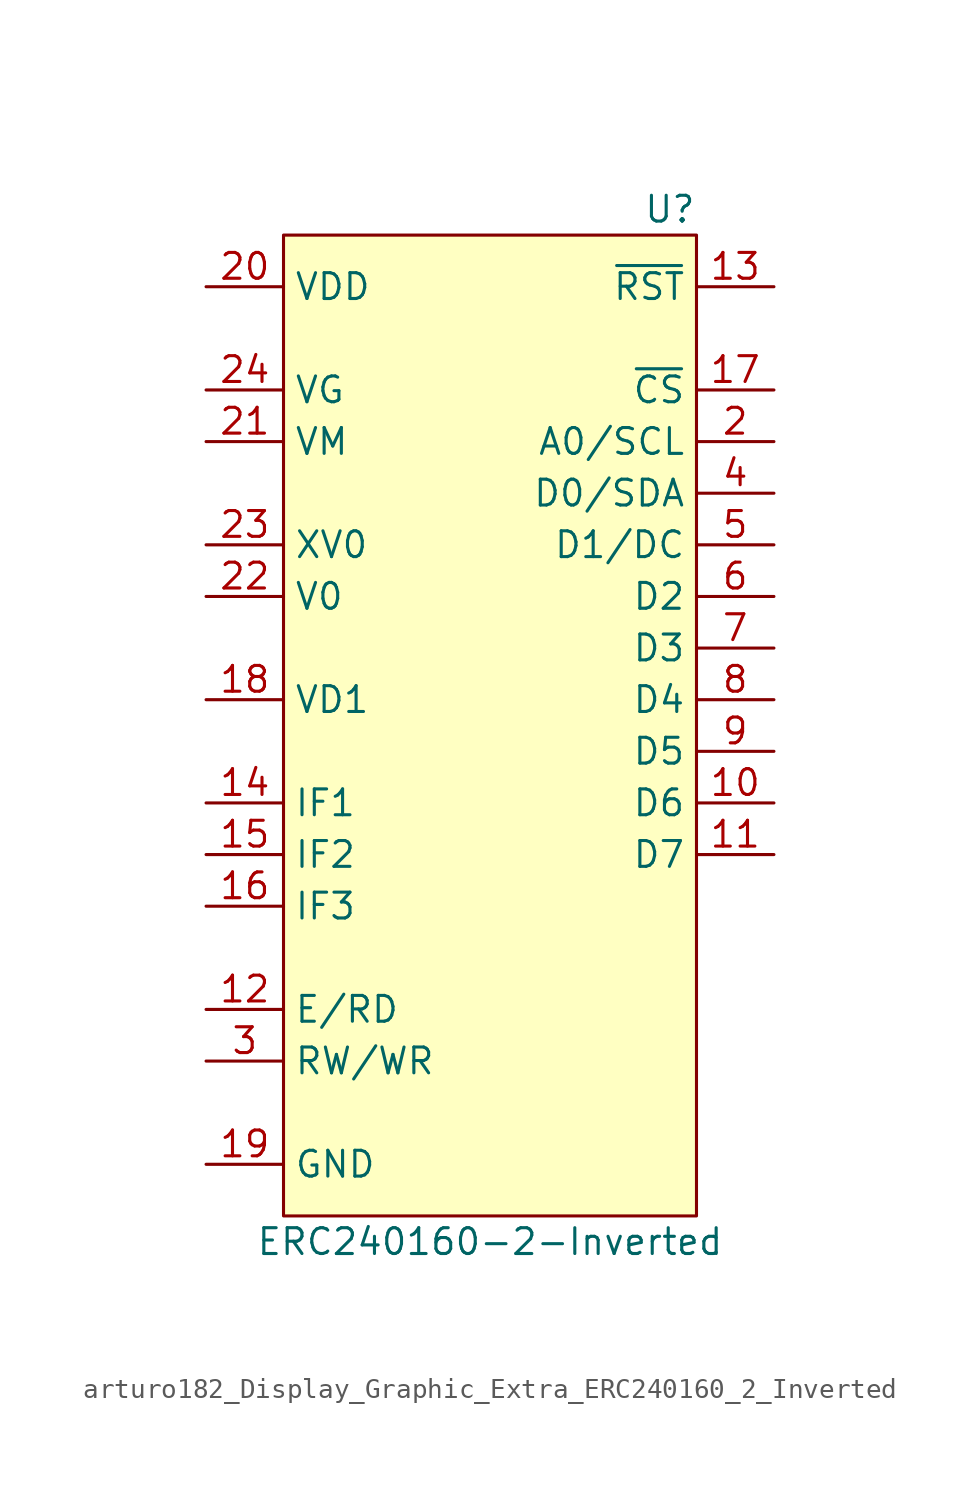
<source format=kicad_sym>
(kicad_symbol_lib
  (version 20220914)
  (generator kicad_symbol_editor)
  (symbol "arturo182_Display_Graphic_Extra_ERC240160_2_Inverted"
    (property "Reference" "U"
      (at 10.16 25.4 0)
      (effects (font (size 1.27 1.27)) (justify right)))
    (property "Value" "ERC240160-2-Inverted"
      (at 0 -25.4 0)
      (effects (font (size 1.27 1.27))))
    (symbol "arturo182_Display_Graphic_Extra_ERC240160_2_Inverted_0_1"
      (rectangle (start -10.16 24.13) (end 10.16 -24.13) (stroke (width 0) (type default)) (fill (type background))))
    (symbol "arturo182_Display_Graphic_Extra_ERC240160_2_Inverted_1_1"
      (pin passive line (at -13.97 -21.59 0) (length 3.81) hide (name "ESD" (effects (font (size 1.27 1.27)))) (number "1" (effects (font (size 1.27 1.27)))))
      (pin input line (at 13.97 -3.81 180) (length 3.81) (name "D6" (effects (font (size 1.27 1.27)))) (number "10" (effects (font (size 1.27 1.27)))))
      (pin input line (at 13.97 -6.35 180) (length 3.81) (name "D7" (effects (font (size 1.27 1.27)))) (number "11" (effects (font (size 1.27 1.27)))))
      (pin input line (at -13.97 -13.97 0) (length 3.81) (name "E/RD" (effects (font (size 1.27 1.27)))) (number "12" (effects (font (size 1.27 1.27)))))
      (pin input line (at 13.97 21.59 180) (length 3.81) (name "~{RST}" (effects (font (size 1.27 1.27)))) (number "13" (effects (font (size 1.27 1.27)))))
      (pin input line (at -13.97 -3.81 0) (length 3.81) (name "IF1" (effects (font (size 1.27 1.27)))) (number "14" (effects (font (size 1.27 1.27)))))
      (pin input line (at -13.97 -6.35 0) (length 3.81) (name "IF2" (effects (font (size 1.27 1.27)))) (number "15" (effects (font (size 1.27 1.27)))))
      (pin input line (at -13.97 -8.89 0) (length 3.81) (name "IF3" (effects (font (size 1.27 1.27)))) (number "16" (effects (font (size 1.27 1.27)))))
      (pin input line (at 13.97 16.51 180) (length 3.81) (name "~{CS}" (effects (font (size 1.27 1.27)))) (number "17" (effects (font (size 1.27 1.27)))))
      (pin input line (at -13.97 1.27 0) (length 3.81) (name "VD1" (effects (font (size 1.27 1.27)))) (number "18" (effects (font (size 1.27 1.27)))))
      (pin input line (at -13.97 -21.59 0) (length 3.81) (name "GND" (effects (font (size 1.27 1.27)))) (number "19" (effects (font (size 1.27 1.27)))))
      (pin input line (at 13.97 13.97 180) (length 3.81) (name "A0/SCL" (effects (font (size 1.27 1.27)))) (number "2" (effects (font (size 1.27 1.27)))))
      (pin input line (at -13.97 21.59 0) (length 3.81) (name "VDD" (effects (font (size 1.27 1.27)))) (number "20" (effects (font (size 1.27 1.27)))))
      (pin input line (at -13.97 13.97 0) (length 3.81) (name "VM" (effects (font (size 1.27 1.27)))) (number "21" (effects (font (size 1.27 1.27)))))
      (pin input line (at -13.97 6.35 0) (length 3.81) (name "V0" (effects (font (size 1.27 1.27)))) (number "22" (effects (font (size 1.27 1.27)))))
      (pin input line (at -13.97 8.89 0) (length 3.81) (name "XV0" (effects (font (size 1.27 1.27)))) (number "23" (effects (font (size 1.27 1.27)))))
      (pin input line (at -13.97 16.51 0) (length 3.81) (name "VG" (effects (font (size 1.27 1.27)))) (number "24" (effects (font (size 1.27 1.27)))))
      (pin passive line (at -13.97 -21.59 0) (length 3.81) hide (name "ESD" (effects (font (size 1.27 1.27)))) (number "25" (effects (font (size 1.27 1.27)))))
      (pin input line (at -13.97 -16.51 0) (length 3.81) (name "RW/WR" (effects (font (size 1.27 1.27)))) (number "3" (effects (font (size 1.27 1.27)))))
      (pin input line (at 13.97 11.43 180) (length 3.81) (name "D0/SDA" (effects (font (size 1.27 1.27)))) (number "4" (effects (font (size 1.27 1.27)))))
      (pin input line (at 13.97 8.89 180) (length 3.81) (name "D1/DC" (effects (font (size 1.27 1.27)))) (number "5" (effects (font (size 1.27 1.27)))))
      (pin input line (at 13.97 6.35 180) (length 3.81) (name "D2" (effects (font (size 1.27 1.27)))) (number "6" (effects (font (size 1.27 1.27)))))
      (pin input line (at 13.97 3.81 180) (length 3.81) (name "D3" (effects (font (size 1.27 1.27)))) (number "7" (effects (font (size 1.27 1.27)))))
      (pin input line (at 13.97 1.27 180) (length 3.81) (name "D4" (effects (font (size 1.27 1.27)))) (number "8" (effects (font (size 1.27 1.27)))))
      (pin input line (at 13.97 -1.27 180) (length 3.81) (name "D5" (effects (font (size 1.27 1.27)))) (number "9" (effects (font (size 1.27 1.27))))))))
</source>
